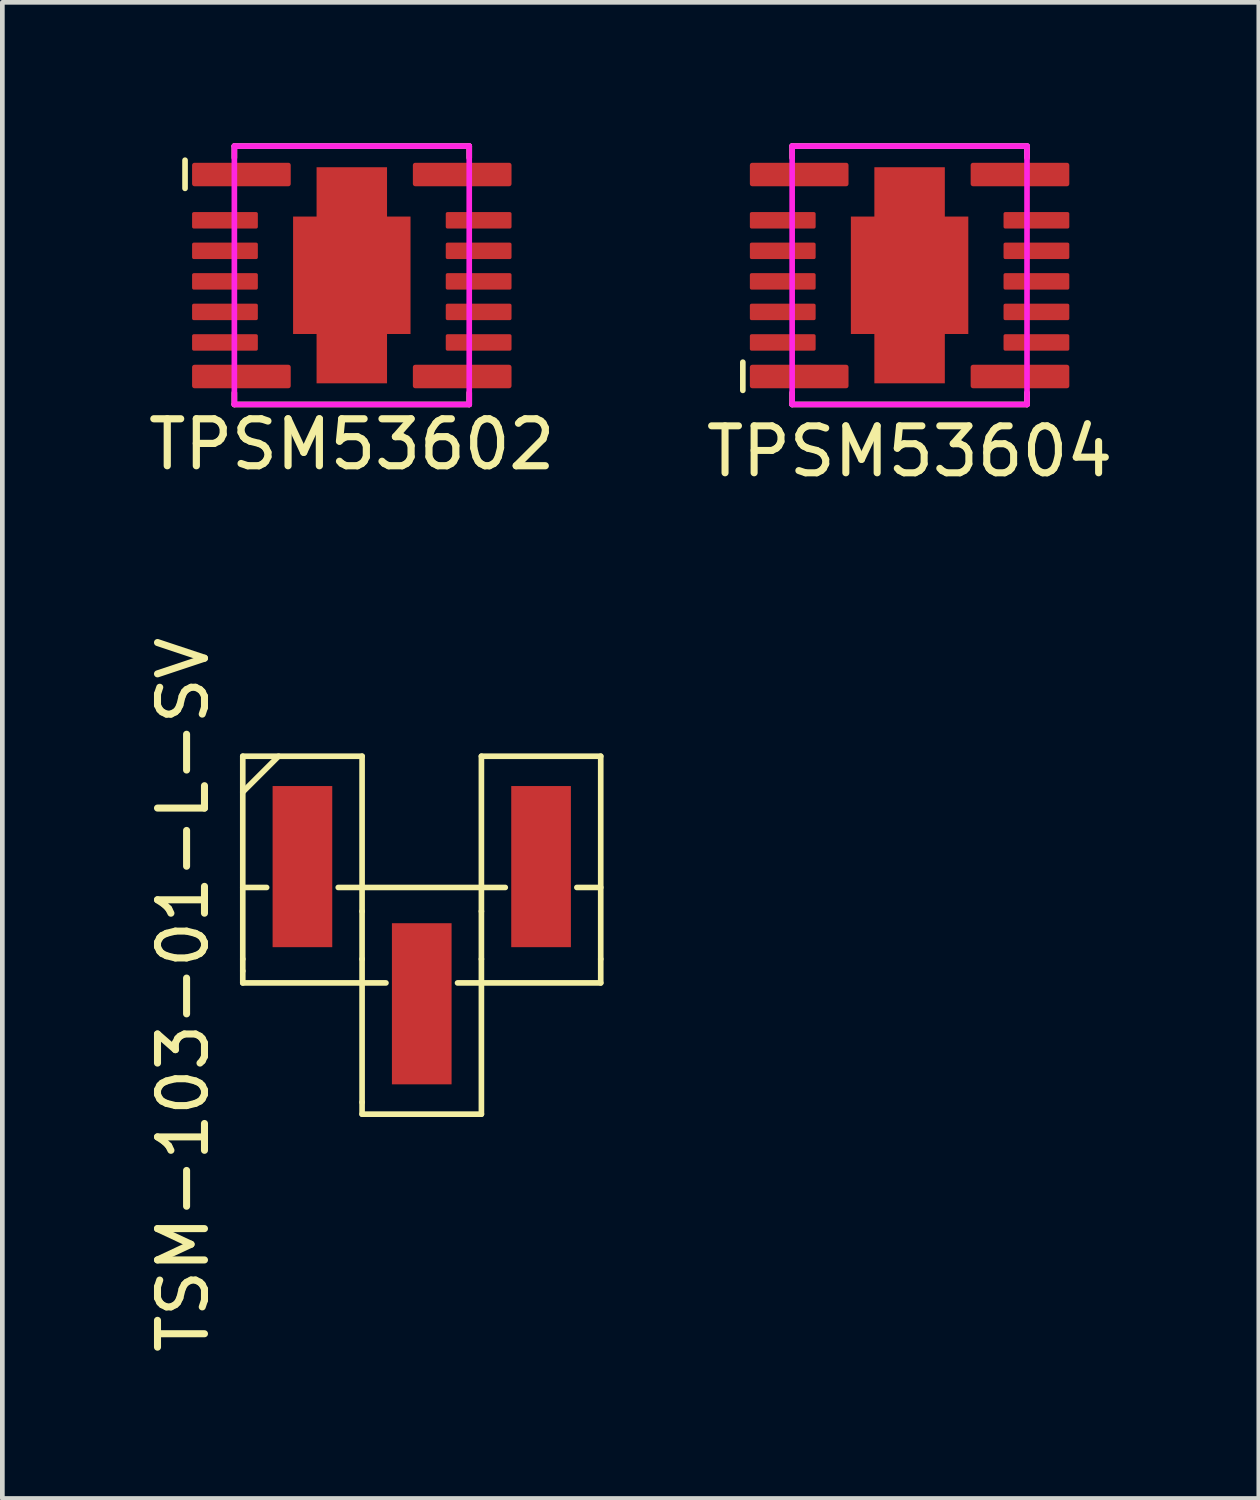
<source format=kicad_pcb>
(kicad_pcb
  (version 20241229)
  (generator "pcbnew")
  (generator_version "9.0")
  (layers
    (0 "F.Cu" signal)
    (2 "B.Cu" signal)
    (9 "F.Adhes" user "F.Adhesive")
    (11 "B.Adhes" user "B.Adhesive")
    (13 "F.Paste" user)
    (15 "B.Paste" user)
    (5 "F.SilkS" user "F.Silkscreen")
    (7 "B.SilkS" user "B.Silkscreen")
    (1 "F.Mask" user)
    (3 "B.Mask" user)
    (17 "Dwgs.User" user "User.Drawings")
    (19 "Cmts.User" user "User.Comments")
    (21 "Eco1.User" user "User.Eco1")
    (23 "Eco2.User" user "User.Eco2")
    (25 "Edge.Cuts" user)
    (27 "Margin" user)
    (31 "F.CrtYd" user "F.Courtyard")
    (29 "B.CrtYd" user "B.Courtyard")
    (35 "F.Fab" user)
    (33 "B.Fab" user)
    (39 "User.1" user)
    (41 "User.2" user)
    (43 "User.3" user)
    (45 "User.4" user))
  (footprint "TSM-103-01-L-SV"
    (layer "F.Cu")
    (at 5.928 16.858)
    (property "Reference" "TSM-103-01-L-SV" (at -5.08 1.27 90) (layer "F.SilkS") (effects (font (size 1 1) (thickness 0.15))))
    (attr through_hole)
    (fp_line (start -3.81 -3.81) (end -3.81 0.508) (stroke (width 0.12) (type solid)) (layer "F.SilkS"))
    (fp_line (start -3.81 -3.048) (end -3.048 -3.81) (stroke (width 0.12) (type solid)) (layer "F.SilkS"))
    (fp_line (start -3.81 -1.016) (end -3.302 -1.016) (stroke (width 0.12) (type solid)) (layer "F.SilkS"))
    (fp_line (start -3.81 0.508) (end -3.81 0.762) (stroke (width 0.12) (type solid)) (layer "F.SilkS"))
    (fp_line (start -3.81 0.762) (end -3.81 1.016) (stroke (width 0.12) (type solid)) (layer "F.SilkS"))
    (fp_line (start -3.81 1.016) (end -1.27 1.016) (stroke (width 0.12) (type solid)) (layer "F.SilkS"))
    (fp_line (start -1.27 -3.81) (end -3.81 -3.81) (stroke (width 0.12) (type solid)) (layer "F.SilkS"))
    (fp_line (start -1.27 -1.016) (end -1.778 -1.016) (stroke (width 0.12) (type solid)) (layer "F.SilkS"))
    (fp_line (start -1.27 -1.016) (end 1.27 -1.016) (stroke (width 0.12) (type solid)) (layer "F.SilkS"))
    (fp_line (start -1.27 -0.508) (end -1.27 -3.81) (stroke (width 0.12) (type solid)) (layer "F.SilkS"))
    (fp_line (start -1.27 0.508) (end -1.27 -0.508) (stroke (width 0.12) (type solid)) (layer "F.SilkS"))
    (fp_line (start -1.27 0.508) (end -1.27 3.556) (stroke (width 0.12) (type solid)) (layer "F.SilkS"))
    (fp_line (start -1.27 1.016) (end -0.762 1.016) (stroke (width 0.12) (type solid)) (layer "F.SilkS"))
    (fp_line (start -1.27 3.556) (end -1.27 3.81) (stroke (width 0.12) (type solid)) (layer "F.SilkS"))
    (fp_line (start -1.27 3.81) (end 1.27 3.81) (stroke (width 0.12) (type solid)) (layer "F.SilkS"))
    (fp_line (start 0.762 1.016) (end 1.27 1.016) (stroke (width 0.12) (type solid)) (layer "F.SilkS"))
    (fp_line (start 1.27 -3.81) (end 3.81 -3.81) (stroke (width 0.12) (type solid)) (layer "F.SilkS"))
    (fp_line (start 1.27 -1.016) (end 1.778 -1.016) (stroke (width 0.12) (type solid)) (layer "F.SilkS"))
    (fp_line (start 1.27 -0.508) (end 1.27 -3.81) (stroke (width 0.12) (type solid)) (layer "F.SilkS"))
    (fp_line (start 1.27 -0.508) (end 1.27 0.508) (stroke (width 0.12) (type solid)) (layer "F.SilkS"))
    (fp_line (start 1.27 1.016) (end 3.81 1.016) (stroke (width 0.12) (type solid)) (layer "F.SilkS"))
    (fp_line (start 1.27 3.81) (end 1.27 0.508) (stroke (width 0.12) (type solid)) (layer "F.SilkS"))
    (fp_line (start 3.81 -3.81) (end 3.81 0.508) (stroke (width 0.12) (type solid)) (layer "F.SilkS"))
    (fp_line (start 3.81 -1.016) (end 3.302 -1.016) (stroke (width 0.12) (type solid)) (layer "F.SilkS"))
    (fp_line (start 3.81 1.016) (end 3.81 0.508) (stroke (width 0.12) (type solid)) (layer "F.SilkS"))
    (pad "1" smd rect (at -2.54 -1.46) (size 1.27 3.43) (layers "F.Cu" "F.Mask" "F.Paste"))
    (pad "2" smd rect (at 0 1.46) (size 1.27 3.43) (layers "F.Cu" "F.Mask" "F.Paste"))
    (pad "3" smd rect (at 2.54 -1.46) (size 1.27 3.43) (layers "F.Cu" "F.Mask" "F.Paste")))
  (footprint "TPSM53604"
    (layer "F.Cu")
    (at 16.313 2.81)
    (property "Reference" "TPSM53604" (at 0 3.75 0) (layer "F.SilkS") (effects (font (size 1 1) (thickness 0.15))))
    (attr smd)
    (fp_line (start -3.55 2.45) (end -3.55 1.85) (stroke (width 0.12) (type solid)) (layer "F.SilkS"))
    (fp_line (start -2.5 -2.75) (end 2.5 -2.75) (stroke (width 0.12) (type solid)) (layer "F.SilkS"))
    (fp_line (start -2.5 -2.5) (end -2.5 -2.75) (stroke (width 0.12) (type solid)) (layer "F.SilkS"))
    (fp_line (start -2.5 2.75) (end -2.5 2.5) (stroke (width 0.12) (type solid)) (layer "F.SilkS"))
    (fp_line (start 2.5 -2.75) (end 2.5 -2.5) (stroke (width 0.12) (type solid)) (layer "F.SilkS"))
    (fp_line (start 2.5 2.5) (end 2.5 2.75) (stroke (width 0.12) (type solid)) (layer "F.SilkS"))
    (fp_line (start 2.5 2.75) (end -2.5 2.75) (stroke (width 0.12) (type solid)) (layer "F.SilkS"))
    (fp_line (start -2.5 -2.75) (end 2.5 -2.75) (stroke (width 0.12) (type solid)) (layer "F.CrtYd"))
    (fp_line (start -2.5 2.75) (end -2.5 -2.75) (stroke (width 0.12) (type solid)) (layer "F.CrtYd"))
    (fp_line (start 2.5 -2.75) (end 2.5 2.75) (stroke (width 0.12) (type solid)) (layer "F.CrtYd"))
    (fp_line (start 2.5 2.75) (end -2.5 2.75) (stroke (width 0.12) (type solid)) (layer "F.CrtYd"))
    (pad "1" smd roundrect (at -2.35 2.155) (size 2.1 0.5) (layers "F.Cu" "F.Mask" "F.Paste") (roundrect_rratio 0.1))
    (pad "2" smd roundrect (at -2.7 1.43) (size 1.4 0.35) (layers "F.Cu" "F.Mask" "F.Paste") (roundrect_rratio 0.1))
    (pad "3" smd roundrect (at -2.7 0.78) (size 1.4 0.35) (layers "F.Cu" "F.Mask" "F.Paste") (roundrect_rratio 0.1))
    (pad "4" smd roundrect (at -2.7 0.13) (size 1.4 0.35) (layers "F.Cu" "F.Mask" "F.Paste") (roundrect_rratio 0.1))
    (pad "5" smd roundrect (at -2.7 -0.52) (size 1.4 0.35) (layers "F.Cu" "F.Mask" "F.Paste") (roundrect_rratio 0.1))
    (pad "6" smd roundrect (at -2.7 -1.17) (size 1.4 0.35) (layers "F.Cu" "F.Mask" "F.Paste") (roundrect_rratio 0.1))
    (pad "7" smd roundrect (at -2.35 -2.145) (size 2.1 0.5) (layers "F.Cu" "F.Mask" "F.Paste") (roundrect_rratio 0.1))
    (pad "8" smd roundrect (at 2.35 -2.145) (size 2.1 0.5) (layers "F.Cu" "F.Mask" "F.Paste") (roundrect_rratio 0.1))
    (pad "9" smd roundrect (at 2.7 -1.17) (size 1.4 0.35) (layers "F.Cu" "F.Mask" "F.Paste") (roundrect_rratio 0.1))
    (pad "10" smd roundrect (at 2.7 -0.52) (size 1.4 0.35) (layers "F.Cu" "F.Mask" "F.Paste") (roundrect_rratio 0.1))
    (pad "11" smd roundrect (at 2.7 0.13) (size 1.4 0.35) (layers "F.Cu" "F.Mask" "F.Paste") (roundrect_rratio 0.1))
    (pad "12" smd roundrect (at 2.7 0.78) (size 1.4 0.35) (layers "F.Cu" "F.Mask" "F.Paste") (roundrect_rratio 0.1))
    (pad "13" smd roundrect (at 2.7 1.43) (size 1.4 0.35) (layers "F.Cu" "F.Mask" "F.Paste") (roundrect_rratio 0.1))
    (pad "14" smd roundrect (at 2.35 2.155) (size 2.1 0.5) (layers "F.Cu" "F.Mask" "F.Paste") (roundrect_rratio 0.1))
    (pad "15" smd custom (at 0 0) (size 2.5 2.5) (layers "F.Cu" "F.Mask" "F.Paste") (options (anchor rect)) (primitives (gr_poly (pts (xy -0.75 -2.3) (xy -0.75 2.3) (xy 0.75 2.3) (xy 0.75 -2.3)) (width 0) (fill yes)))))
  (footprint "TPSM53602"
    (layer "F.Cu")
    (at 4.439 2.81)
    (property "Reference" "TPSM53602" (at 0 3.6 180) (layer "F.SilkS") (effects (font (size 1 1) (thickness 0.153))))
    (attr smd)
    (fp_line (start -3.55 -1.85) (end -3.55 -2.45) (stroke (width 0.12) (type solid)) (layer "F.SilkS"))
    (fp_line (start -2.5 -2.75) (end 2.5 -2.75) (stroke (width 0.12) (type solid)) (layer "F.SilkS"))
    (fp_line (start -2.5 -2.5) (end -2.5 -2.75) (stroke (width 0.12) (type solid)) (layer "F.SilkS"))
    (fp_line (start -2.5 2.75) (end -2.5 2.5) (stroke (width 0.12) (type solid)) (layer "F.SilkS"))
    (fp_line (start 2.5 -2.75) (end 2.5 -2.5) (stroke (width 0.12) (type solid)) (layer "F.SilkS"))
    (fp_line (start 2.5 2.5) (end 2.5 2.75) (stroke (width 0.12) (type solid)) (layer "F.SilkS"))
    (fp_line (start 2.5 2.75) (end -2.5 2.75) (stroke (width 0.12) (type solid)) (layer "F.SilkS"))
    (fp_poly (pts (xy -0.2 -0.2) (xy -1.05 -0.2) (xy -1.05 -0.75) (xy -0.2 -0.75)) (stroke (width 0.1) (type solid)) (fill yes) (layer "F.Paste"))
    (fp_poly (pts (xy -0.2 0.75) (xy -1.05 0.75) (xy -1.05 0.2) (xy -0.2 0.2)) (stroke (width 0.1) (type solid)) (fill yes) (layer "F.Paste"))
    (fp_poly (pts (xy -0.15 -1.15) (xy -0.65 -1.15) (xy -0.65 -2.2) (xy -0.15 -2.2)) (stroke (width 0.1) (type solid)) (fill yes) (layer "F.Paste"))
    (fp_poly (pts (xy -0.15 2.2) (xy -0.65 2.2) (xy -0.65 1.15) (xy -0.15 1.15)) (stroke (width 0.1) (type solid)) (fill yes) (layer "F.Paste"))
    (fp_poly (pts (xy 0.65 -1.15) (xy 0.15 -1.15) (xy 0.15 -2.2) (xy 0.65 -2.2)) (stroke (width 0.1) (type solid)) (fill yes) (layer "F.Paste"))
    (fp_poly (pts (xy 0.65 2.2) (xy 0.15 2.2) (xy 0.15 1.15) (xy 0.65 1.15)) (stroke (width 0.1) (type solid)) (fill yes) (layer "F.Paste"))
    (fp_poly (pts (xy 1.05 -0.2) (xy 0.2 -0.2) (xy 0.2 -0.75) (xy 1.05 -0.75)) (stroke (width 0.1) (type solid)) (fill yes) (layer "F.Paste"))
    (fp_poly (pts (xy 1.05 0.75) (xy 0.2 0.75) (xy 0.2 0.2) (xy 1.05 0.2)) (stroke (width 0.1) (type solid)) (fill yes) (layer "F.Paste"))
    (fp_line (start -2.5 -2.75) (end 2.5 -2.75) (stroke (width 0.12) (type solid)) (layer "F.CrtYd"))
    (fp_line (start -2.5 2.75) (end -2.5 -2.75) (stroke (width 0.12) (type solid)) (layer "F.CrtYd"))
    (fp_line (start 2.5 -2.75) (end 2.5 2.75) (stroke (width 0.12) (type solid)) (layer "F.CrtYd"))
    (fp_line (start 2.5 2.75) (end -2.5 2.75) (stroke (width 0.12) (type solid)) (layer "F.CrtYd"))
    (pad "1" smd roundrect (at -2.35 -2.145) (size 2.1 0.5) (layers "F.Cu" "F.Mask" "F.Paste") (roundrect_rratio 0.1))
    (pad "2" smd roundrect (at -2.7 -1.17) (size 1.4 0.35) (layers "F.Cu" "F.Mask" "F.Paste") (roundrect_rratio 0.1))
    (pad "3" smd roundrect (at -2.7 -0.52) (size 1.4 0.35) (layers "F.Cu" "F.Mask" "F.Paste") (roundrect_rratio 0.1))
    (pad "4" smd roundrect (at -2.7 0.13) (size 1.4 0.35) (layers "F.Cu" "F.Mask" "F.Paste") (roundrect_rratio 0.1))
    (pad "5" smd roundrect (at -2.7 0.78) (size 1.4 0.35) (layers "F.Cu" "F.Mask" "F.Paste") (roundrect_rratio 0.1))
    (pad "6" smd roundrect (at -2.7 1.43) (size 1.4 0.35) (layers "F.Cu" "F.Mask" "F.Paste") (roundrect_rratio 0.1))
    (pad "7" smd roundrect (at -2.35 2.155) (size 2.1 0.5) (layers "F.Cu" "F.Mask" "F.Paste") (roundrect_rratio 0.1))
    (pad "8" smd roundrect (at 2.35 2.155) (size 2.1 0.5) (layers "F.Cu" "F.Mask" "F.Paste") (roundrect_rratio 0.1))
    (pad "9" smd roundrect (at 2.7 1.43) (size 1.4 0.35) (layers "F.Cu" "F.Mask" "F.Paste") (roundrect_rratio 0.1))
    (pad "10" smd roundrect (at 2.7 0.78) (size 1.4 0.35) (layers "F.Cu" "F.Mask" "F.Paste") (roundrect_rratio 0.1))
    (pad "11" smd roundrect (at 2.7 0.13) (size 1.4 0.35) (layers "F.Cu" "F.Mask" "F.Paste") (roundrect_rratio 0.1))
    (pad "12" smd roundrect (at 2.7 -0.52) (size 1.4 0.35) (layers "F.Cu" "F.Mask" "F.Paste") (roundrect_rratio 0.1))
    (pad "13" smd roundrect (at 2.7 -1.17) (size 1.4 0.35) (layers "F.Cu" "F.Mask" "F.Paste") (roundrect_rratio 0.1))
    (pad "14" smd roundrect (at 2.35 -2.145) (size 2.1 0.5) (layers "F.Cu" "F.Mask" "F.Paste") (roundrect_rratio 0.1))
    (pad "15" smd custom (at 0 0) (size 2.5 2.5) (layers "F.Cu" "F.Mask") (options (anchor rect)) (primitives (gr_poly (pts (xy -0.75 -2.3) (xy -0.75 2.3) (xy 0.75 2.3) (xy 0.75 -2.3)) (width 0) (fill yes)))))
  (gr_rect
    (start -3 -3)
    (end 23.747 28.849)
    (stroke (width 0.1) (type default))
    (fill no)
    (layer "Edge.Cuts")))
</source>
